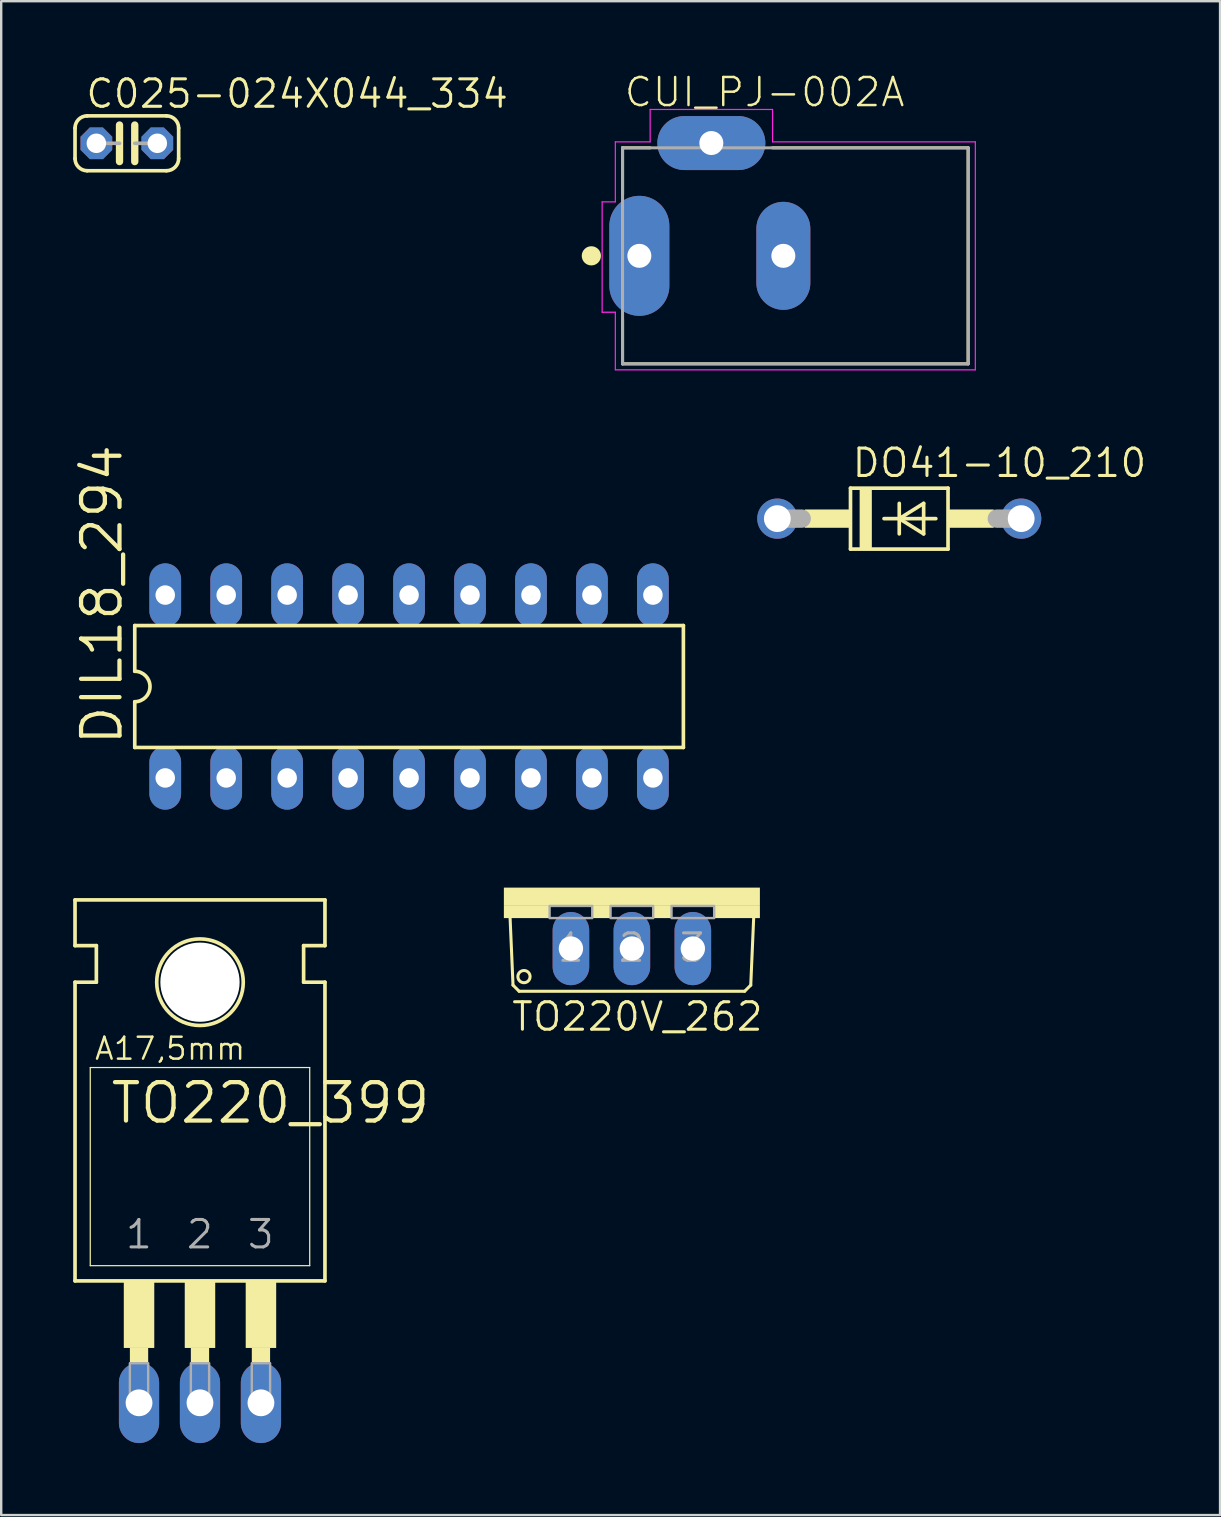
<source format=kicad_pcb>
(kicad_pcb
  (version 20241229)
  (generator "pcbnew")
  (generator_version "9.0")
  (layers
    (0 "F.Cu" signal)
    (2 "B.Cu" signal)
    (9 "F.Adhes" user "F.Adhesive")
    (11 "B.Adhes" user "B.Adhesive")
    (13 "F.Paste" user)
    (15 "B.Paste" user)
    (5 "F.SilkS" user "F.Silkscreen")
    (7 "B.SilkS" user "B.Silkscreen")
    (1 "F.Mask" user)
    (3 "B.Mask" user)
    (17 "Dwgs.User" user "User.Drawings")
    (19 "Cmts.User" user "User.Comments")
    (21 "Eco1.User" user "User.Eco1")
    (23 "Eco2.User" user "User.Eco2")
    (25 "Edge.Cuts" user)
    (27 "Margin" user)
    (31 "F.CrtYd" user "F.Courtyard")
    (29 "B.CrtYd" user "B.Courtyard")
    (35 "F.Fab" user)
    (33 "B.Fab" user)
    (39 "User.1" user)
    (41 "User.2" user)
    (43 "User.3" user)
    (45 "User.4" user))
  (footprint "TO220V_262"
    (layer "F.Cu")
    (at 23.279 33.935)
    (property "Reference" "TO220V_262" (at -5.08 6.045 0) (unlocked yes) (layer "F.SilkS") (effects (font (size 1.143 1.143) (thickness 0.127)) (justify left bottom)))
    (fp_line (start -4.953 4.064) (end -5.08 1.143) (stroke (width 0.127) (type solid)) (layer "F.SilkS"))
    (fp_line (start -4.953 4.064) (end -4.699 4.318) (stroke (width 0.127) (type solid)) (layer "F.SilkS"))
    (fp_line (start 4.699 4.318) (end -4.699 4.318) (stroke (width 0.127) (type solid)) (layer "F.SilkS"))
    (fp_line (start 4.699 4.318) (end 4.953 4.064) (stroke (width 0.127) (type solid)) (layer "F.SilkS"))
    (fp_line (start 5.08 1.143) (end 4.953 4.064) (stroke (width 0.127) (type solid)) (layer "F.SilkS"))
    (fp_circle (center -4.496 3.708) (end -4.242 3.708) (stroke (width 0.127) (type solid)) (fill no) (layer "F.SilkS"))
    (fp_poly (pts (xy -5.334 0.762) (xy 5.334 0.762) (xy 5.334 0) (xy -5.334 0)) (stroke (width 0) (type default)) (fill yes) (layer "F.SilkS"))
    (fp_poly (pts (xy -5.334 1.27) (xy -3.429 1.27) (xy -3.429 0.762) (xy -5.334 0.762)) (stroke (width 0) (type default)) (fill yes) (layer "F.SilkS"))
    (fp_poly (pts (xy -1.651 1.27) (xy -0.889 1.27) (xy -0.889 0.762) (xy -1.651 0.762)) (stroke (width 0) (type default)) (fill yes) (layer "F.SilkS"))
    (fp_poly (pts (xy 0.889 1.27) (xy 1.651 1.27) (xy 1.651 0.762) (xy 0.889 0.762)) (stroke (width 0) (type default)) (fill yes) (layer "F.SilkS"))
    (fp_poly (pts (xy 3.429 1.27) (xy 5.334 1.27) (xy 5.334 0.762) (xy 3.429 0.762)) (stroke (width 0) (type default)) (fill yes) (layer "F.SilkS"))
    (fp_poly (pts (xy -3.429 1.27) (xy -1.651 1.27) (xy -1.651 0.762) (xy -3.429 0.762)) (stroke (width 0.1) (type default)) (fill no) (layer "F.Fab"))
    (fp_poly (pts (xy -0.889 1.27) (xy 0.889 1.27) (xy 0.889 0.762) (xy -0.889 0.762)) (stroke (width 0.1) (type default)) (fill no) (layer "F.Fab"))
    (fp_poly (pts (xy 1.651 1.27) (xy 3.429 1.27) (xy 3.429 0.762) (xy 1.651 0.762)) (stroke (width 0.1) (type default)) (fill no) (layer "F.Fab"))
    (fp_text user "1" (at -3.175 3.175 0) (unlocked yes) (layer "F.Fab") (effects (font (size 1.143 1.143) (thickness 0.127)) (justify left bottom)))
    (fp_text user "2" (at -0.635 3.175 0) (unlocked yes) (layer "F.Fab") (effects (font (size 1.143 1.143) (thickness 0.127)) (justify left bottom)))
    (fp_text user "3" (at 1.905 3.175 0) (unlocked yes) (layer "F.Fab") (effects (font (size 1.143 1.143) (thickness 0.127)) (justify left bottom)))
    (pad "1" thru_hole oval (at -2.54 2.54 90) (size 3.048 1.524) (drill 1.016) (layers "*.Cu" "*.Mask"))
    (pad "2" thru_hole oval (at 0 2.54 90) (size 3.048 1.524) (drill 1.016) (layers "*.Cu" "*.Mask"))
    (pad "3" thru_hole oval (at 2.54 2.54 90) (size 3.048 1.524) (drill 1.016) (layers "*.Cu" "*.Mask")))
  (footprint "DIL18_294"
    (layer "F.Cu")
    (at 13.995 25.555)
    (property "Reference" "DIL18_294" (at -11.862 2.54 90) (unlocked yes) (layer "F.SilkS") (effects (font (size 1.6 1.6) (thickness 0.178)) (justify left bottom)))
    (fp_line (start -11.43 -2.54) (end -11.43 -0.635) (stroke (width 0.152) (type solid)) (layer "F.SilkS"))
    (fp_line (start -11.43 -2.54) (end 11.43 -2.54) (stroke (width 0.152) (type solid)) (layer "F.SilkS"))
    (fp_line (start -11.43 0.635) (end -11.43 2.54) (stroke (width 0.152) (type solid)) (layer "F.SilkS"))
    (fp_line (start 11.43 2.54) (end -11.43 2.54) (stroke (width 0.152) (type solid)) (layer "F.SilkS"))
    (fp_line (start 11.43 2.54) (end 11.43 -2.54) (stroke (width 0.152) (type solid)) (layer "F.SilkS"))
    (fp_arc (start -11.43 -0.635) (mid -10.795 0) (end -11.43 0.635) (stroke (width 0.1524) (type solid)) (layer "F.SilkS"))
    (pad "1" thru_hole oval (at -10.16 3.81 90) (size 2.642 1.321) (drill 0.813) (layers "*.Cu" "*.Mask"))
    (pad "2" thru_hole oval (at -7.62 3.81 90) (size 2.642 1.321) (drill 0.813) (layers "*.Cu" "*.Mask"))
    (pad "3" thru_hole oval (at -5.08 3.81 90) (size 2.642 1.321) (drill 0.813) (layers "*.Cu" "*.Mask"))
    (pad "4" thru_hole oval (at -2.54 3.81 90) (size 2.642 1.321) (drill 0.813) (layers "*.Cu" "*.Mask"))
    (pad "5" thru_hole oval (at 0 3.81 90) (size 2.642 1.321) (drill 0.813) (layers "*.Cu" "*.Mask"))
    (pad "6" thru_hole oval (at 2.54 3.81 90) (size 2.642 1.321) (drill 0.813) (layers "*.Cu" "*.Mask"))
    (pad "7" thru_hole oval (at 5.08 3.81 90) (size 2.642 1.321) (drill 0.813) (layers "*.Cu" "*.Mask"))
    (pad "8" thru_hole oval (at 7.62 3.81 90) (size 2.642 1.321) (drill 0.813) (layers "*.Cu" "*.Mask"))
    (pad "9" thru_hole oval (at 10.16 3.81 90) (size 2.642 1.321) (drill 0.813) (layers "*.Cu" "*.Mask"))
    (pad "10" thru_hole oval (at 10.16 -3.81 90) (size 2.642 1.321) (drill 0.813) (layers "*.Cu" "*.Mask"))
    (pad "11" thru_hole oval (at 7.62 -3.81 90) (size 2.642 1.321) (drill 0.813) (layers "*.Cu" "*.Mask"))
    (pad "12" thru_hole oval (at 5.08 -3.81 90) (size 2.642 1.321) (drill 0.813) (layers "*.Cu" "*.Mask"))
    (pad "13" thru_hole oval (at 2.54 -3.81 90) (size 2.642 1.321) (drill 0.813) (layers "*.Cu" "*.Mask"))
    (pad "14" thru_hole oval (at 0 -3.81 90) (size 2.642 1.321) (drill 0.813) (layers "*.Cu" "*.Mask"))
    (pad "15" thru_hole oval (at -2.54 -3.81 90) (size 2.642 1.321) (drill 0.813) (layers "*.Cu" "*.Mask"))
    (pad "16" thru_hole oval (at -5.08 -3.81 90) (size 2.642 1.321) (drill 0.813) (layers "*.Cu" "*.Mask"))
    (pad "17" thru_hole oval (at -7.62 -3.81 90) (size 2.642 1.321) (drill 0.813) (layers "*.Cu" "*.Mask"))
    (pad "18" thru_hole oval (at -10.16 -3.81 90) (size 2.642 1.321) (drill 0.813) (layers "*.Cu" "*.Mask")))
  (footprint "TO220_399"
    (layer "F.Cu")
    (at 5.283 49.052)
    (property "Reference" "TO220_399" (at -3.81 -5.207 0) (unlocked yes) (layer "F.SilkS") (effects (font (size 1.6 1.6) (thickness 0.178)) (justify left bottom)))
    (fp_line (start -5.207 -12.7) (end -5.207 -14.605) (stroke (width 0.152) (type solid)) (layer "F.SilkS"))
    (fp_line (start -5.207 -11.176) (end -4.318 -11.176) (stroke (width 0.152) (type solid)) (layer "F.SilkS"))
    (fp_line (start -5.207 1.27) (end -5.207 -11.176) (stroke (width 0.152) (type solid)) (layer "F.SilkS"))
    (fp_line (start -5.207 1.27) (end 5.207 1.27) (stroke (width 0.152) (type solid)) (layer "F.SilkS"))
    (fp_line (start -4.572 0.635) (end -4.572 -7.62) (stroke (width 0.051) (type solid)) (layer "F.SilkS"))
    (fp_line (start -4.572 0.635) (end 4.572 0.635) (stroke (width 0.051) (type solid)) (layer "F.SilkS"))
    (fp_line (start -4.318 -12.7) (end -5.207 -12.7) (stroke (width 0.152) (type solid)) (layer "F.SilkS"))
    (fp_line (start -4.318 -11.176) (end -4.318 -12.7) (stroke (width 0.152) (type solid)) (layer "F.SilkS"))
    (fp_line (start 4.318 -12.7) (end 5.207 -12.7) (stroke (width 0.152) (type solid)) (layer "F.SilkS"))
    (fp_line (start 4.318 -11.176) (end 4.318 -12.7) (stroke (width 0.152) (type solid)) (layer "F.SilkS"))
    (fp_line (start 4.572 -7.62) (end -4.572 -7.62) (stroke (width 0.051) (type solid)) (layer "F.SilkS"))
    (fp_line (start 4.572 -7.62) (end 4.572 0.635) (stroke (width 0.051) (type solid)) (layer "F.SilkS"))
    (fp_line (start 5.207 -14.605) (end -5.207 -14.605) (stroke (width 0.152) (type solid)) (layer "F.SilkS"))
    (fp_line (start 5.207 -12.7) (end 5.207 -14.605) (stroke (width 0.152) (type solid)) (layer "F.SilkS"))
    (fp_line (start 5.207 -11.176) (end 4.318 -11.176) (stroke (width 0.152) (type solid)) (layer "F.SilkS"))
    (fp_line (start 5.207 1.27) (end 5.207 -11.176) (stroke (width 0.152) (type solid)) (layer "F.SilkS"))
    (fp_circle (center 0 -11.176) (end 1.803 -11.176) (stroke (width 0.152) (type solid)) (fill no) (layer "F.SilkS"))
    (fp_poly (pts (xy -3.175 4.064) (xy -1.905 4.064) (xy -1.905 1.27) (xy -3.175 1.27)) (stroke (width 0) (type default)) (fill yes) (layer "F.SilkS"))
    (fp_poly (pts (xy -2.921 4.699) (xy -2.159 4.699) (xy -2.159 4.064) (xy -2.921 4.064)) (stroke (width 0) (type default)) (fill yes) (layer "F.SilkS"))
    (fp_poly (pts (xy -0.635 4.064) (xy 0.635 4.064) (xy 0.635 1.27) (xy -0.635 1.27)) (stroke (width 0) (type default)) (fill yes) (layer "F.SilkS"))
    (fp_poly (pts (xy -0.381 4.699) (xy 0.381 4.699) (xy 0.381 4.064) (xy -0.381 4.064)) (stroke (width 0) (type default)) (fill yes) (layer "F.SilkS"))
    (fp_poly (pts (xy 1.905 4.064) (xy 3.175 4.064) (xy 3.175 1.27) (xy 1.905 1.27)) (stroke (width 0) (type default)) (fill yes) (layer "F.SilkS"))
    (fp_poly (pts (xy 2.159 4.699) (xy 2.921 4.699) (xy 2.921 4.064) (xy 2.159 4.064)) (stroke (width 0) (type default)) (fill yes) (layer "F.SilkS"))
    (fp_poly (pts (xy -2.921 6.604) (xy -2.159 6.604) (xy -2.159 4.699) (xy -2.921 4.699)) (stroke (width 0.1) (type default)) (fill no) (layer "F.Fab"))
    (fp_poly (pts (xy -0.381 6.604) (xy 0.381 6.604) (xy 0.381 4.699) (xy -0.381 4.699)) (stroke (width 0.1) (type default)) (fill no) (layer "F.Fab"))
    (fp_poly (pts (xy 2.159 6.604) (xy 2.921 6.604) (xy 2.921 4.699) (xy 2.159 4.699)) (stroke (width 0.1) (type default)) (fill no) (layer "F.Fab"))
    (fp_text user "A17,5mm" (at -4.445 -7.874 0) (unlocked yes) (layer "F.SilkS") (effects (font (size 0.914 0.914) (thickness 0.102)) (justify left bottom)))
    (fp_text user "2" (at -0.635 0 0) (unlocked yes) (layer "F.Fab") (effects (font (size 1.143 1.143) (thickness 0.127)) (justify left bottom)))
    (fp_text user "3" (at 1.905 0 0) (unlocked yes) (layer "F.Fab") (effects (font (size 1.143 1.143) (thickness 0.127)) (justify left bottom)))
    (fp_text user "1" (at -3.175 0 0) (unlocked yes) (layer "F.Fab") (effects (font (size 1.143 1.143) (thickness 0.127)) (justify left bottom)))
    (pad "" np_thru_hole circle (at 0 -11.176) (size 3.302 3.302) (drill 3.302) (layers "*.Cu" "*.Mask"))
    (pad "1" thru_hole oval (at -2.54 6.35 90) (size 3.353 1.676) (drill 1.118) (layers "*.Cu" "*.Mask"))
    (pad "2" thru_hole oval (at 0 6.35 90) (size 3.353 1.676) (drill 1.118) (layers "*.Cu" "*.Mask"))
    (pad "3" thru_hole oval (at 2.54 6.35 90) (size 3.353 1.676) (drill 1.118) (layers "*.Cu" "*.Mask"))
    (zone (net_name "") (layers "F.Cu" "B.Cu") (hatch edge 0.5) (connect_pads) (min_thickness 0.25) (filled_areas_thickness no) (keepout (tracks allowed) (vias not_allowed) (pads allowed) (copperpour allowed) (footprints allowed)) (placement (enabled no)) (fill) (polygon (pts (xy 9.474 37.876) (xy 9.454 37.466) (xy 9.394 37.059) (xy 9.294 36.66) (xy 9.155 36.273) (xy 8.979 35.901) (xy 8.768 35.548) (xy 8.523 35.218) (xy 8.247 34.913) (xy 7.942 34.637) (xy 7.612 34.392) (xy 7.259 34.18) (xy 6.887 34.004) (xy 6.5 33.866) (xy 6.101 33.766) (xy 5.694 33.706) (xy 5.283 33.685) (xy 4.872 33.706) (xy 4.466 33.766) (xy 4.067 33.866) (xy 3.679 34.004) (xy 3.308 34.18) (xy 2.955 34.392) (xy 2.624 34.637) (xy 2.32 34.913) (xy 2.044 35.218) (xy 1.799 35.548) (xy 1.587 35.901) (xy 1.411 36.273) (xy 1.273 36.66) (xy 1.173 37.059) (xy 1.112 37.466) (xy 1.092 37.876) (xy 1.112 38.287) (xy 1.173 38.694) (xy 1.273 39.093) (xy 1.411 39.48) (xy 1.587 39.852) (xy 1.799 40.205) (xy 2.044 40.535) (xy 2.32 40.84) (xy 2.624 41.116) (xy 2.955 41.361) (xy 3.308 41.573) (xy 3.679 41.748) (xy 4.067 41.887) (xy 4.466 41.987) (xy 4.872 42.047) (xy 5.283 42.067) (xy 5.694 42.047) (xy 6.101 41.987) (xy 6.5 41.887) (xy 6.887 41.748) (xy 7.259 41.573) (xy 7.612 41.361) (xy 7.942 41.116) (xy 8.247 40.84) (xy 8.523 40.535) (xy 8.768 40.205) (xy 8.979 39.852) (xy 9.155 39.48) (xy 9.294 39.093) (xy 9.394 38.694) (xy 9.454 38.287))))
    (zone (net_name "") (layer "B.Cu") (hatch edge 0.5) (connect_pads) (min_thickness 0.25) (filled_areas_thickness no) (keepout (tracks not_allowed) (vias not_allowed) (pads not_allowed) (copperpour not_allowed) (footprints allowed)) (placement (enabled no)) (fill) (polygon (pts (xy 9.474 37.876) (xy 9.454 37.466) (xy 9.394 37.059) (xy 9.294 36.66) (xy 9.155 36.273) (xy 8.979 35.901) (xy 8.768 35.548) (xy 8.523 35.218) (xy 8.247 34.913) (xy 7.942 34.637) (xy 7.612 34.392) (xy 7.259 34.18) (xy 6.887 34.004) (xy 6.5 33.866) (xy 6.101 33.766) (xy 5.694 33.706) (xy 5.283 33.685) (xy 4.872 33.706) (xy 4.466 33.766) (xy 4.067 33.866) (xy 3.679 34.004) (xy 3.308 34.18) (xy 2.955 34.392) (xy 2.624 34.637) (xy 2.32 34.913) (xy 2.044 35.218) (xy 1.799 35.548) (xy 1.587 35.901) (xy 1.411 36.273) (xy 1.273 36.66) (xy 1.173 37.059) (xy 1.112 37.466) (xy 1.092 37.876) (xy 1.112 38.287) (xy 1.173 38.694) (xy 1.273 39.093) (xy 1.411 39.48) (xy 1.587 39.852) (xy 1.799 40.205) (xy 2.044 40.535) (xy 2.32 40.84) (xy 2.624 41.116) (xy 2.955 41.361) (xy 3.308 41.573) (xy 3.679 41.748) (xy 4.067 41.887) (xy 4.466 41.987) (xy 4.872 42.047) (xy 5.283 42.067) (xy 5.694 42.047) (xy 6.101 41.987) (xy 6.5 41.887) (xy 6.887 41.748) (xy 7.259 41.573) (xy 7.612 41.361) (xy 7.942 41.116) (xy 8.247 40.84) (xy 8.523 40.535) (xy 8.768 40.205) (xy 8.979 39.852) (xy 9.155 39.48) (xy 9.294 39.093) (xy 9.394 38.694) (xy 9.454 38.287)))))
  (footprint "CUI_PJ-002A"
    (layer "F.Cu")
    (at 23.59 7.61)
    (property "Reference" "CUI_PJ-002A" (at -0.691 -6.135 0) (unlocked yes) (layer "F.SilkS") (effects (font (size 1.169 1.169) (thickness 0.102)) (justify left bottom)))
    (fp_line (start -0.7 -4.5) (end 0.45 -4.5) (stroke (width 0.127) (type solid)) (layer "F.SilkS"))
    (fp_line (start -0.7 -2.55) (end -0.7 -4.5) (stroke (width 0.127) (type solid)) (layer "F.SilkS"))
    (fp_line (start -0.7 4.5) (end -0.7 2.65) (stroke (width 0.127) (type solid)) (layer "F.SilkS"))
    (fp_line (start 5.55 -4.5) (end 13.7 -4.5) (stroke (width 0.127) (type solid)) (layer "F.SilkS"))
    (fp_line (start 13.7 -4.5) (end 13.7 4.5) (stroke (width 0.127) (type solid)) (layer "F.SilkS"))
    (fp_line (start 13.7 4.5) (end -0.7 4.5) (stroke (width 0.127) (type solid)) (layer "F.SilkS"))
    (fp_circle (center -2 0) (end -1.8 0) (stroke (width 0.4) (type solid)) (fill no) (layer "F.SilkS"))
    (fp_line (start -1.55 -2.25) (end -1.55 2.35) (stroke (width 0.05) (type solid)) (layer "F.CrtYd"))
    (fp_line (start -1.55 2.35) (end -1 2.35) (stroke (width 0.05) (type solid)) (layer "F.CrtYd"))
    (fp_line (start -1 -4.75) (end 0.45 -4.75) (stroke (width 0.05) (type solid)) (layer "F.CrtYd"))
    (fp_line (start -1 -2.25) (end -1.55 -2.25) (stroke (width 0.05) (type solid)) (layer "F.CrtYd"))
    (fp_line (start -1 -2.25) (end -1 -4.75) (stroke (width 0.05) (type solid)) (layer "F.CrtYd"))
    (fp_line (start -1 4.75) (end -1 2.35) (stroke (width 0.05) (type solid)) (layer "F.CrtYd"))
    (fp_line (start 0.45 -6.1) (end 5.55 -6.1) (stroke (width 0.05) (type solid)) (layer "F.CrtYd"))
    (fp_line (start 0.45 -4.75) (end 0.45 -6.1) (stroke (width 0.05) (type solid)) (layer "F.CrtYd"))
    (fp_line (start 5.55 -6.1) (end 5.55 -4.75) (stroke (width 0.05) (type solid)) (layer "F.CrtYd"))
    (fp_line (start 5.55 -4.75) (end 14 -4.75) (stroke (width 0.05) (type solid)) (layer "F.CrtYd"))
    (fp_line (start 14 -4.75) (end 14 4.75) (stroke (width 0.05) (type solid)) (layer "F.CrtYd"))
    (fp_line (start 14 4.75) (end -1 4.75) (stroke (width 0.05) (type solid)) (layer "F.CrtYd"))
    (fp_line (start -0.7 -4.5) (end 13.7 -4.5) (stroke (width 0.127) (type solid)) (layer "F.Fab"))
    (fp_line (start -0.7 4.5) (end -0.7 -4.5) (stroke (width 0.127) (type solid)) (layer "F.Fab"))
    (fp_line (start 13.7 -4.5) (end 13.7 4.5) (stroke (width 0.127) (type solid)) (layer "F.Fab"))
    (fp_line (start 13.7 4.5) (end -0.7 4.5) (stroke (width 0.127) (type solid)) (layer "F.Fab"))
    (pad "1" thru_hole oval (at 0 0 90) (size 5 2.5) (drill 1) (layers "*.Cu" "*.Mask"))
    (pad "2" thru_hole oval (at 6 0 90) (size 4.5 2.25) (drill 1) (layers "*.Cu" "*.Mask"))
    (pad "3" thru_hole oval (at 3 -4.7 180) (size 4.5 2.25) (drill 1) (layers "*.Cu" "*.Mask")))
  (footprint "C025-024X044_334"
    (layer "F.Cu")
    (at 2.235 2.921)
    (property "Reference" "C025-024X044_334" (at -1.778 -1.397 0) (unlocked yes) (layer "F.SilkS") (effects (font (size 1.143 1.143) (thickness 0.127)) (justify left bottom)))
    (fp_line (start -2.159 0.635) (end -2.159 -0.635) (stroke (width 0.152) (type solid)) (layer "F.SilkS"))
    (fp_line (start -0.305 -0.762) (end -0.305 0.762) (stroke (width 0.305) (type solid)) (layer "F.SilkS"))
    (fp_line (start 0.33 -0.762) (end 0.33 0.762) (stroke (width 0.305) (type solid)) (layer "F.SilkS"))
    (fp_line (start 1.651 -1.143) (end -1.651 -1.143) (stroke (width 0.152) (type solid)) (layer "F.SilkS"))
    (fp_line (start 1.651 1.143) (end -1.651 1.143) (stroke (width 0.152) (type solid)) (layer "F.SilkS"))
    (fp_line (start 2.159 0.635) (end 2.159 -0.635) (stroke (width 0.152) (type solid)) (layer "F.SilkS"))
    (fp_arc (start -2.159 -0.635) (mid -2.01021 -0.99421) (end -1.651 -1.143) (stroke (width 0.1524) (type solid)) (layer "F.SilkS"))
    (fp_arc (start -1.651 1.143) (mid -2.01021 0.99421) (end -2.159 0.635) (stroke (width 0.1524) (type solid)) (layer "F.SilkS"))
    (fp_arc (start 1.651 -1.143) (mid 2.01021 -0.99421) (end 2.159 -0.635) (stroke (width 0.1524) (type solid)) (layer "F.SilkS"))
    (fp_arc (start 2.159 0.635) (mid 2.01021 0.99421) (end 1.651 1.143) (stroke (width 0.1524) (type solid)) (layer "F.SilkS"))
    (fp_line (start -1.27 0) (end -0.305 0) (stroke (width 0.152) (type solid)) (layer "F.Fab"))
    (fp_line (start 1.27 0) (end 0.33 0) (stroke (width 0.152) (type solid)) (layer "F.Fab"))
    (pad "1" thru_hole roundrect (at -1.27 0) (size 1.321 1.321) (drill 0.813) (layers "*.Cu" "*.Mask") (roundrect_rratio 0.25) (chamfer_ratio 0.293) (chamfer top_left top_right bottom_left bottom_right))
    (pad "2" thru_hole roundrect (at 1.27 0) (size 1.321 1.321) (drill 0.813) (layers "*.Cu" "*.Mask") (roundrect_rratio 0.25) (chamfer_ratio 0.293) (chamfer top_left top_right bottom_left bottom_right)))
  (footprint "DO41-10_210"
    (layer "F.Cu")
    (at 34.42 18.56)
    (property "Reference" "DO41-10_210" (at -2.032 -1.651 0) (unlocked yes) (layer "F.SilkS") (effects (font (size 1.143 1.143) (thickness 0.127)) (justify left bottom)))
    (fp_line (start -2.032 -1.27) (end -2.032 1.27) (stroke (width 0.152) (type solid)) (layer "F.SilkS"))
    (fp_line (start -2.032 -1.27) (end 2.032 -1.27) (stroke (width 0.152) (type solid)) (layer "F.SilkS"))
    (fp_line (start -0.635 0) (end 0 0) (stroke (width 0.152) (type solid)) (layer "F.SilkS"))
    (fp_line (start 0 -0.635) (end 0 0) (stroke (width 0.152) (type solid)) (layer "F.SilkS"))
    (fp_line (start 0 0) (end 0 0.635) (stroke (width 0.152) (type solid)) (layer "F.SilkS"))
    (fp_line (start 0 0) (end 1.016 -0.635) (stroke (width 0.152) (type solid)) (layer "F.SilkS"))
    (fp_line (start 0 0) (end 1.524 0) (stroke (width 0.152) (type solid)) (layer "F.SilkS"))
    (fp_line (start 1.016 -0.635) (end 1.016 0.635) (stroke (width 0.152) (type solid)) (layer "F.SilkS"))
    (fp_line (start 1.016 0.635) (end 0 0) (stroke (width 0.152) (type solid)) (layer "F.SilkS"))
    (fp_line (start 2.032 1.27) (end -2.032 1.27) (stroke (width 0.152) (type solid)) (layer "F.SilkS"))
    (fp_line (start 2.032 1.27) (end 2.032 -1.27) (stroke (width 0.152) (type solid)) (layer "F.SilkS"))
    (fp_poly (pts (xy -3.937 0.381) (xy -2.032 0.381) (xy -2.032 -0.381) (xy -3.937 -0.381)) (stroke (width 0) (type default)) (fill yes) (layer "F.SilkS"))
    (fp_poly (pts (xy -1.651 1.27) (xy -1.143 1.27) (xy -1.143 -1.27) (xy -1.651 -1.27)) (stroke (width 0) (type default)) (fill yes) (layer "F.SilkS"))
    (fp_poly (pts (xy 2.032 0.381) (xy 3.937 0.381) (xy 3.937 -0.381) (xy 2.032 -0.381)) (stroke (width 0) (type default)) (fill yes) (layer "F.SilkS"))
    (fp_line (start -5.08 0) (end -4.064 0) (stroke (width 0.762) (type solid)) (layer "F.Fab"))
    (fp_line (start 5.08 0) (end 4.064 0) (stroke (width 0.762) (type solid)) (layer "F.Fab"))
    (pad "A" thru_hole circle (at 5.08 0) (size 1.676 1.676) (drill 1.118) (layers "*.Cu" "*.Mask"))
    (pad "C" thru_hole circle (at -5.08 0) (size 1.676 1.676) (drill 1.118) (layers "*.Cu" "*.Mask")))
  (gr_rect
    (start -3 -3)
    (end 47.787 60.079)
    (stroke (width 0.1) (type default))
    (fill no)
    (layer "Edge.Cuts")))
</source>
